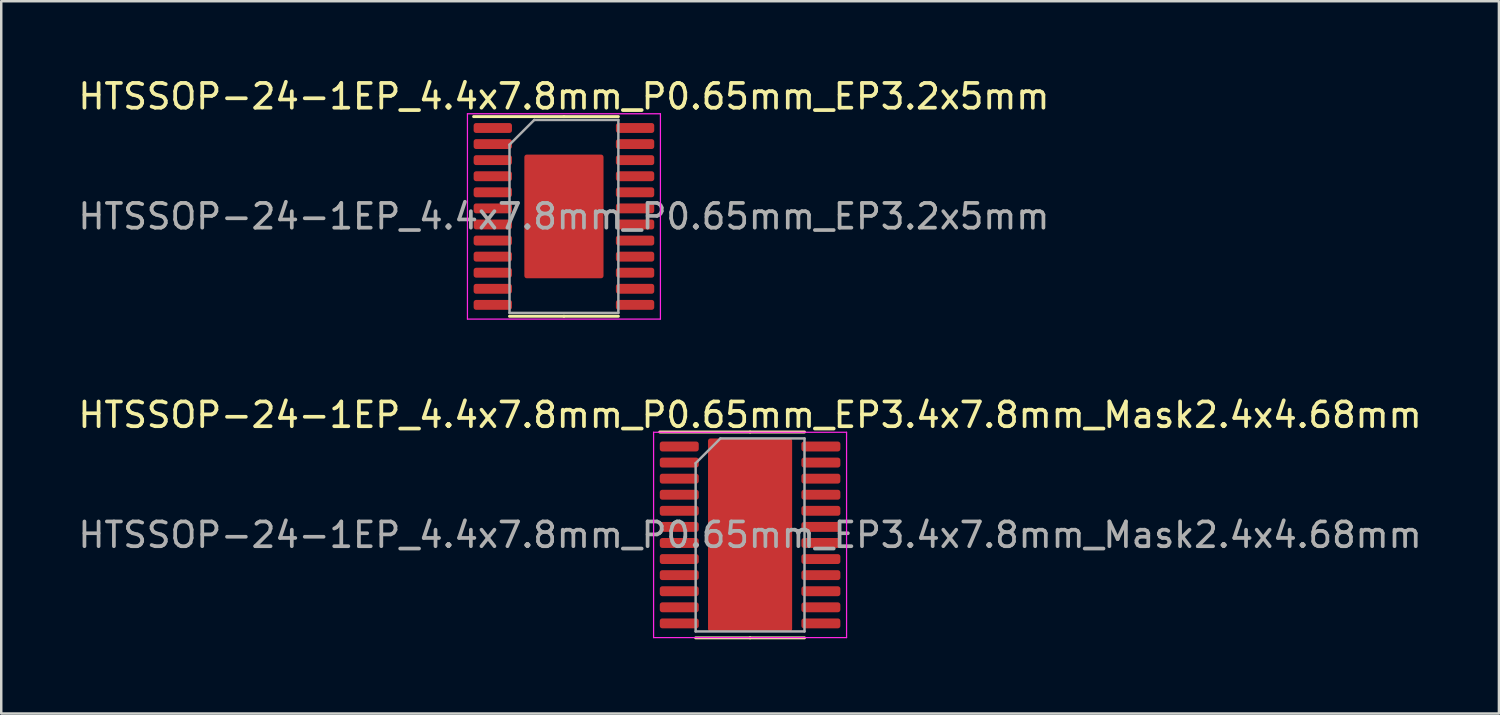
<source format=kicad_pcb>
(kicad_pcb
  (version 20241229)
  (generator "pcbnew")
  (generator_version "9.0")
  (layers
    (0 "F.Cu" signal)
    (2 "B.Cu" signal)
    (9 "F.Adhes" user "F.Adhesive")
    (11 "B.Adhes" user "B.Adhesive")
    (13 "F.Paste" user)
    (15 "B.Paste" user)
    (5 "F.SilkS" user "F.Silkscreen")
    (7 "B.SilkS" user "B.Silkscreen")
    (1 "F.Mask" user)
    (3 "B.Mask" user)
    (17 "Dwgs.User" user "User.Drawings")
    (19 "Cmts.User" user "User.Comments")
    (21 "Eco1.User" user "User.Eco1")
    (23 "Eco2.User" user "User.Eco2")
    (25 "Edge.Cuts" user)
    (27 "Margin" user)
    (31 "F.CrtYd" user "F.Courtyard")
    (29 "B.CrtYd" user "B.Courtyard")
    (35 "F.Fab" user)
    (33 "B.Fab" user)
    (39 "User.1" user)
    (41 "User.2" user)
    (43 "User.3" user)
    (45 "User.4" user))
  (footprint "HTSSOP-24-1EP_4.4x7.8mm_P0.65mm_EP3.2x5mm"
    (layer "F.Cu")
    (at 19.744 5.698)
    (property "Reference" "HTSSOP-24-1EP_4.4x7.8mm_P0.65mm_EP3.2x5mm" (at 0 -4.85 0) (layer "F.SilkS") (effects (font (size 1 1) (thickness 0.15))))
    (attr smd)
    (fp_line (start 0 -4.035) (end -3.65 -4.035) (stroke (width 0.12) (type solid)) (layer "F.SilkS"))
    (fp_line (start 0 -4.035) (end 2.2 -4.035) (stroke (width 0.12) (type solid)) (layer "F.SilkS"))
    (fp_line (start 0 4.035) (end -2.2 4.035) (stroke (width 0.12) (type solid)) (layer "F.SilkS"))
    (fp_line (start 0 4.035) (end 2.2 4.035) (stroke (width 0.12) (type solid)) (layer "F.SilkS"))
    (fp_line (start -3.9 -4.15) (end -3.9 4.15) (stroke (width 0.05) (type solid)) (layer "F.CrtYd"))
    (fp_line (start -3.9 4.15) (end 3.9 4.15) (stroke (width 0.05) (type solid)) (layer "F.CrtYd"))
    (fp_line (start 3.9 -4.15) (end -3.9 -4.15) (stroke (width 0.05) (type solid)) (layer "F.CrtYd"))
    (fp_line (start 3.9 4.15) (end 3.9 -4.15) (stroke (width 0.05) (type solid)) (layer "F.CrtYd"))
    (fp_line (start -2.2 -2.9) (end -1.2 -3.9) (stroke (width 0.1) (type solid)) (layer "F.Fab"))
    (fp_line (start -2.2 3.9) (end -2.2 -2.9) (stroke (width 0.1) (type solid)) (layer "F.Fab"))
    (fp_line (start -1.2 -3.9) (end 2.2 -3.9) (stroke (width 0.1) (type solid)) (layer "F.Fab"))
    (fp_line (start 2.2 -3.9) (end 2.2 3.9) (stroke (width 0.1) (type solid)) (layer "F.Fab"))
    (fp_line (start 2.2 3.9) (end -2.2 3.9) (stroke (width 0.1) (type solid)) (layer "F.Fab"))
    (fp_text user "${REFERENCE}" (at 0 0 0) (layer "F.Fab") (effects (font (size 1 1) (thickness 0.15))))
    (pad "" smd roundrect (at -0.8 -1.67) (size 1.29 1.34) (layers "F.Paste") (roundrect_rratio 0.194))
    (pad "" smd roundrect (at -0.8 0) (size 1.29 1.34) (layers "F.Paste") (roundrect_rratio 0.194))
    (pad "" smd roundrect (at -0.8 1.67) (size 1.29 1.34) (layers "F.Paste") (roundrect_rratio 0.194))
    (pad "" smd roundrect (at 0.8 -1.67) (size 1.29 1.34) (layers "F.Paste") (roundrect_rratio 0.194))
    (pad "" smd roundrect (at 0.8 0) (size 1.29 1.34) (layers "F.Paste") (roundrect_rratio 0.194))
    (pad "" smd roundrect (at 0.8 1.67) (size 1.29 1.34) (layers "F.Paste") (roundrect_rratio 0.194))
    (pad "1" smd roundrect (at -2.875 -3.575) (size 1.55 0.4) (layers "F.Cu" "F.Mask" "F.Paste") (roundrect_rratio 0.25))
    (pad "2" smd roundrect (at -2.875 -2.925) (size 1.55 0.4) (layers "F.Cu" "F.Mask" "F.Paste") (roundrect_rratio 0.25))
    (pad "3" smd roundrect (at -2.875 -2.275) (size 1.55 0.4) (layers "F.Cu" "F.Mask" "F.Paste") (roundrect_rratio 0.25))
    (pad "4" smd roundrect (at -2.875 -1.625) (size 1.55 0.4) (layers "F.Cu" "F.Mask" "F.Paste") (roundrect_rratio 0.25))
    (pad "5" smd roundrect (at -2.875 -0.975) (size 1.55 0.4) (layers "F.Cu" "F.Mask" "F.Paste") (roundrect_rratio 0.25))
    (pad "6" smd roundrect (at -2.875 -0.325) (size 1.55 0.4) (layers "F.Cu" "F.Mask" "F.Paste") (roundrect_rratio 0.25))
    (pad "7" smd roundrect (at -2.875 0.325) (size 1.55 0.4) (layers "F.Cu" "F.Mask" "F.Paste") (roundrect_rratio 0.25))
    (pad "8" smd roundrect (at -2.875 0.975) (size 1.55 0.4) (layers "F.Cu" "F.Mask" "F.Paste") (roundrect_rratio 0.25))
    (pad "9" smd roundrect (at -2.875 1.625) (size 1.55 0.4) (layers "F.Cu" "F.Mask" "F.Paste") (roundrect_rratio 0.25))
    (pad "10" smd roundrect (at -2.875 2.275) (size 1.55 0.4) (layers "F.Cu" "F.Mask" "F.Paste") (roundrect_rratio 0.25))
    (pad "11" smd roundrect (at -2.875 2.925) (size 1.55 0.4) (layers "F.Cu" "F.Mask" "F.Paste") (roundrect_rratio 0.25))
    (pad "12" smd roundrect (at -2.875 3.575) (size 1.55 0.4) (layers "F.Cu" "F.Mask" "F.Paste") (roundrect_rratio 0.25))
    (pad "13" smd roundrect (at 2.875 3.575) (size 1.55 0.4) (layers "F.Cu" "F.Mask" "F.Paste") (roundrect_rratio 0.25))
    (pad "14" smd roundrect (at 2.875 2.925) (size 1.55 0.4) (layers "F.Cu" "F.Mask" "F.Paste") (roundrect_rratio 0.25))
    (pad "15" smd roundrect (at 2.875 2.275) (size 1.55 0.4) (layers "F.Cu" "F.Mask" "F.Paste") (roundrect_rratio 0.25))
    (pad "16" smd roundrect (at 2.875 1.625) (size 1.55 0.4) (layers "F.Cu" "F.Mask" "F.Paste") (roundrect_rratio 0.25))
    (pad "17" smd roundrect (at 2.875 0.975) (size 1.55 0.4) (layers "F.Cu" "F.Mask" "F.Paste") (roundrect_rratio 0.25))
    (pad "18" smd roundrect (at 2.875 0.325) (size 1.55 0.4) (layers "F.Cu" "F.Mask" "F.Paste") (roundrect_rratio 0.25))
    (pad "19" smd roundrect (at 2.875 -0.325) (size 1.55 0.4) (layers "F.Cu" "F.Mask" "F.Paste") (roundrect_rratio 0.25))
    (pad "20" smd roundrect (at 2.875 -0.975) (size 1.55 0.4) (layers "F.Cu" "F.Mask" "F.Paste") (roundrect_rratio 0.25))
    (pad "21" smd roundrect (at 2.875 -1.625) (size 1.55 0.4) (layers "F.Cu" "F.Mask" "F.Paste") (roundrect_rratio 0.25))
    (pad "22" smd roundrect (at 2.875 -2.275) (size 1.55 0.4) (layers "F.Cu" "F.Mask" "F.Paste") (roundrect_rratio 0.25))
    (pad "23" smd roundrect (at 2.875 -2.925) (size 1.55 0.4) (layers "F.Cu" "F.Mask" "F.Paste") (roundrect_rratio 0.25))
    (pad "24" smd roundrect (at 2.875 -3.575) (size 1.55 0.4) (layers "F.Cu" "F.Mask" "F.Paste") (roundrect_rratio 0.25))
    (pad "25" smd roundrect (at 0 0) (size 3.2 5) (layers "F.Cu" "F.Mask") (roundrect_rratio 0.031)))
  (footprint "HTSSOP-24-1EP_4.4x7.8mm_P0.65mm_EP3.4x7.8mm_Mask2.4x4.68mm"
    (layer "F.Cu")
    (at 27.268 18.572)
    (property "Reference" "HTSSOP-24-1EP_4.4x7.8mm_P0.65mm_EP3.4x7.8mm_Mask2.4x4.68mm" (at 0 -4.85 0) (layer "F.SilkS") (effects (font (size 1 1) (thickness 0.15))))
    (attr smd)
    (fp_line (start 0 -4.16) (end -3.65 -4.16) (stroke (width 0.12) (type solid)) (layer "F.SilkS"))
    (fp_line (start 0 -4.16) (end 2.2 -4.16) (stroke (width 0.12) (type solid)) (layer "F.SilkS"))
    (fp_line (start 0 4.16) (end -2.2 4.16) (stroke (width 0.12) (type solid)) (layer "F.SilkS"))
    (fp_line (start 0 4.16) (end 2.2 4.16) (stroke (width 0.12) (type solid)) (layer "F.SilkS"))
    (fp_line (start -3.9 -4.15) (end -3.9 4.15) (stroke (width 0.05) (type solid)) (layer "F.CrtYd"))
    (fp_line (start -3.9 4.15) (end 3.9 4.15) (stroke (width 0.05) (type solid)) (layer "F.CrtYd"))
    (fp_line (start 3.9 -4.15) (end -3.9 -4.15) (stroke (width 0.05) (type solid)) (layer "F.CrtYd"))
    (fp_line (start 3.9 4.15) (end 3.9 -4.15) (stroke (width 0.05) (type solid)) (layer "F.CrtYd"))
    (fp_line (start -2.2 -2.9) (end -1.2 -3.9) (stroke (width 0.1) (type solid)) (layer "F.Fab"))
    (fp_line (start -2.2 3.9) (end -2.2 -2.9) (stroke (width 0.1) (type solid)) (layer "F.Fab"))
    (fp_line (start -1.2 -3.9) (end 2.2 -3.9) (stroke (width 0.1) (type solid)) (layer "F.Fab"))
    (fp_line (start 2.2 -3.9) (end 2.2 3.9) (stroke (width 0.1) (type solid)) (layer "F.Fab"))
    (fp_line (start 2.2 3.9) (end -2.2 3.9) (stroke (width 0.1) (type solid)) (layer "F.Fab"))
    (fp_text user "${REFERENCE}" (at 0 0 0) (layer "F.Fab") (effects (font (size 1 1) (thickness 0.15))))
    (pad "" smd roundrect (at 0 -1.17) (size 1.93 1.89) (layers "F.Paste") (roundrect_rratio 0.132))
    (pad "" smd roundrect (at 0 0) (size 2.4 4.68) (layers "F.Mask") (roundrect_rratio 0.042))
    (pad "" smd roundrect (at 0 1.17) (size 1.93 1.89) (layers "F.Paste") (roundrect_rratio 0.132))
    (pad "1" smd roundrect (at -2.862 -3.575) (size 1.575 0.4) (layers "F.Cu" "F.Mask" "F.Paste") (roundrect_rratio 0.25))
    (pad "2" smd roundrect (at -2.862 -2.925) (size 1.575 0.4) (layers "F.Cu" "F.Mask" "F.Paste") (roundrect_rratio 0.25))
    (pad "3" smd roundrect (at -2.862 -2.275) (size 1.575 0.4) (layers "F.Cu" "F.Mask" "F.Paste") (roundrect_rratio 0.25))
    (pad "4" smd roundrect (at -2.862 -1.625) (size 1.575 0.4) (layers "F.Cu" "F.Mask" "F.Paste") (roundrect_rratio 0.25))
    (pad "5" smd roundrect (at -2.862 -0.975) (size 1.575 0.4) (layers "F.Cu" "F.Mask" "F.Paste") (roundrect_rratio 0.25))
    (pad "6" smd roundrect (at -2.862 -0.325) (size 1.575 0.4) (layers "F.Cu" "F.Mask" "F.Paste") (roundrect_rratio 0.25))
    (pad "7" smd roundrect (at -2.862 0.325) (size 1.575 0.4) (layers "F.Cu" "F.Mask" "F.Paste") (roundrect_rratio 0.25))
    (pad "8" smd roundrect (at -2.862 0.975) (size 1.575 0.4) (layers "F.Cu" "F.Mask" "F.Paste") (roundrect_rratio 0.25))
    (pad "9" smd roundrect (at -2.862 1.625) (size 1.575 0.4) (layers "F.Cu" "F.Mask" "F.Paste") (roundrect_rratio 0.25))
    (pad "10" smd roundrect (at -2.862 2.275) (size 1.575 0.4) (layers "F.Cu" "F.Mask" "F.Paste") (roundrect_rratio 0.25))
    (pad "11" smd roundrect (at -2.862 2.925) (size 1.575 0.4) (layers "F.Cu" "F.Mask" "F.Paste") (roundrect_rratio 0.25))
    (pad "12" smd roundrect (at -2.862 3.575) (size 1.575 0.4) (layers "F.Cu" "F.Mask" "F.Paste") (roundrect_rratio 0.25))
    (pad "13" smd roundrect (at 2.862 3.575) (size 1.575 0.4) (layers "F.Cu" "F.Mask" "F.Paste") (roundrect_rratio 0.25))
    (pad "14" smd roundrect (at 2.862 2.925) (size 1.575 0.4) (layers "F.Cu" "F.Mask" "F.Paste") (roundrect_rratio 0.25))
    (pad "15" smd roundrect (at 2.862 2.275) (size 1.575 0.4) (layers "F.Cu" "F.Mask" "F.Paste") (roundrect_rratio 0.25))
    (pad "16" smd roundrect (at 2.862 1.625) (size 1.575 0.4) (layers "F.Cu" "F.Mask" "F.Paste") (roundrect_rratio 0.25))
    (pad "17" smd roundrect (at 2.862 0.975) (size 1.575 0.4) (layers "F.Cu" "F.Mask" "F.Paste") (roundrect_rratio 0.25))
    (pad "18" smd roundrect (at 2.862 0.325) (size 1.575 0.4) (layers "F.Cu" "F.Mask" "F.Paste") (roundrect_rratio 0.25))
    (pad "19" smd roundrect (at 2.862 -0.325) (size 1.575 0.4) (layers "F.Cu" "F.Mask" "F.Paste") (roundrect_rratio 0.25))
    (pad "20" smd roundrect (at 2.862 -0.975) (size 1.575 0.4) (layers "F.Cu" "F.Mask" "F.Paste") (roundrect_rratio 0.25))
    (pad "21" smd roundrect (at 2.862 -1.625) (size 1.575 0.4) (layers "F.Cu" "F.Mask" "F.Paste") (roundrect_rratio 0.25))
    (pad "22" smd roundrect (at 2.862 -2.275) (size 1.575 0.4) (layers "F.Cu" "F.Mask" "F.Paste") (roundrect_rratio 0.25))
    (pad "23" smd roundrect (at 2.862 -2.925) (size 1.575 0.4) (layers "F.Cu" "F.Mask" "F.Paste") (roundrect_rratio 0.25))
    (pad "24" smd roundrect (at 2.862 -3.575) (size 1.575 0.4) (layers "F.Cu" "F.Mask" "F.Paste") (roundrect_rratio 0.25))
    (pad "25" smd roundrect (at 0 0) (size 3.4 7.8) (layers "F.Cu") (roundrect_rratio 0.029)))
  (gr_rect
    (start -3 -3)
    (end 57.536 25.791)
    (stroke (width 0.1) (type default))
    (fill no)
    (layer "Edge.Cuts")))
</source>
